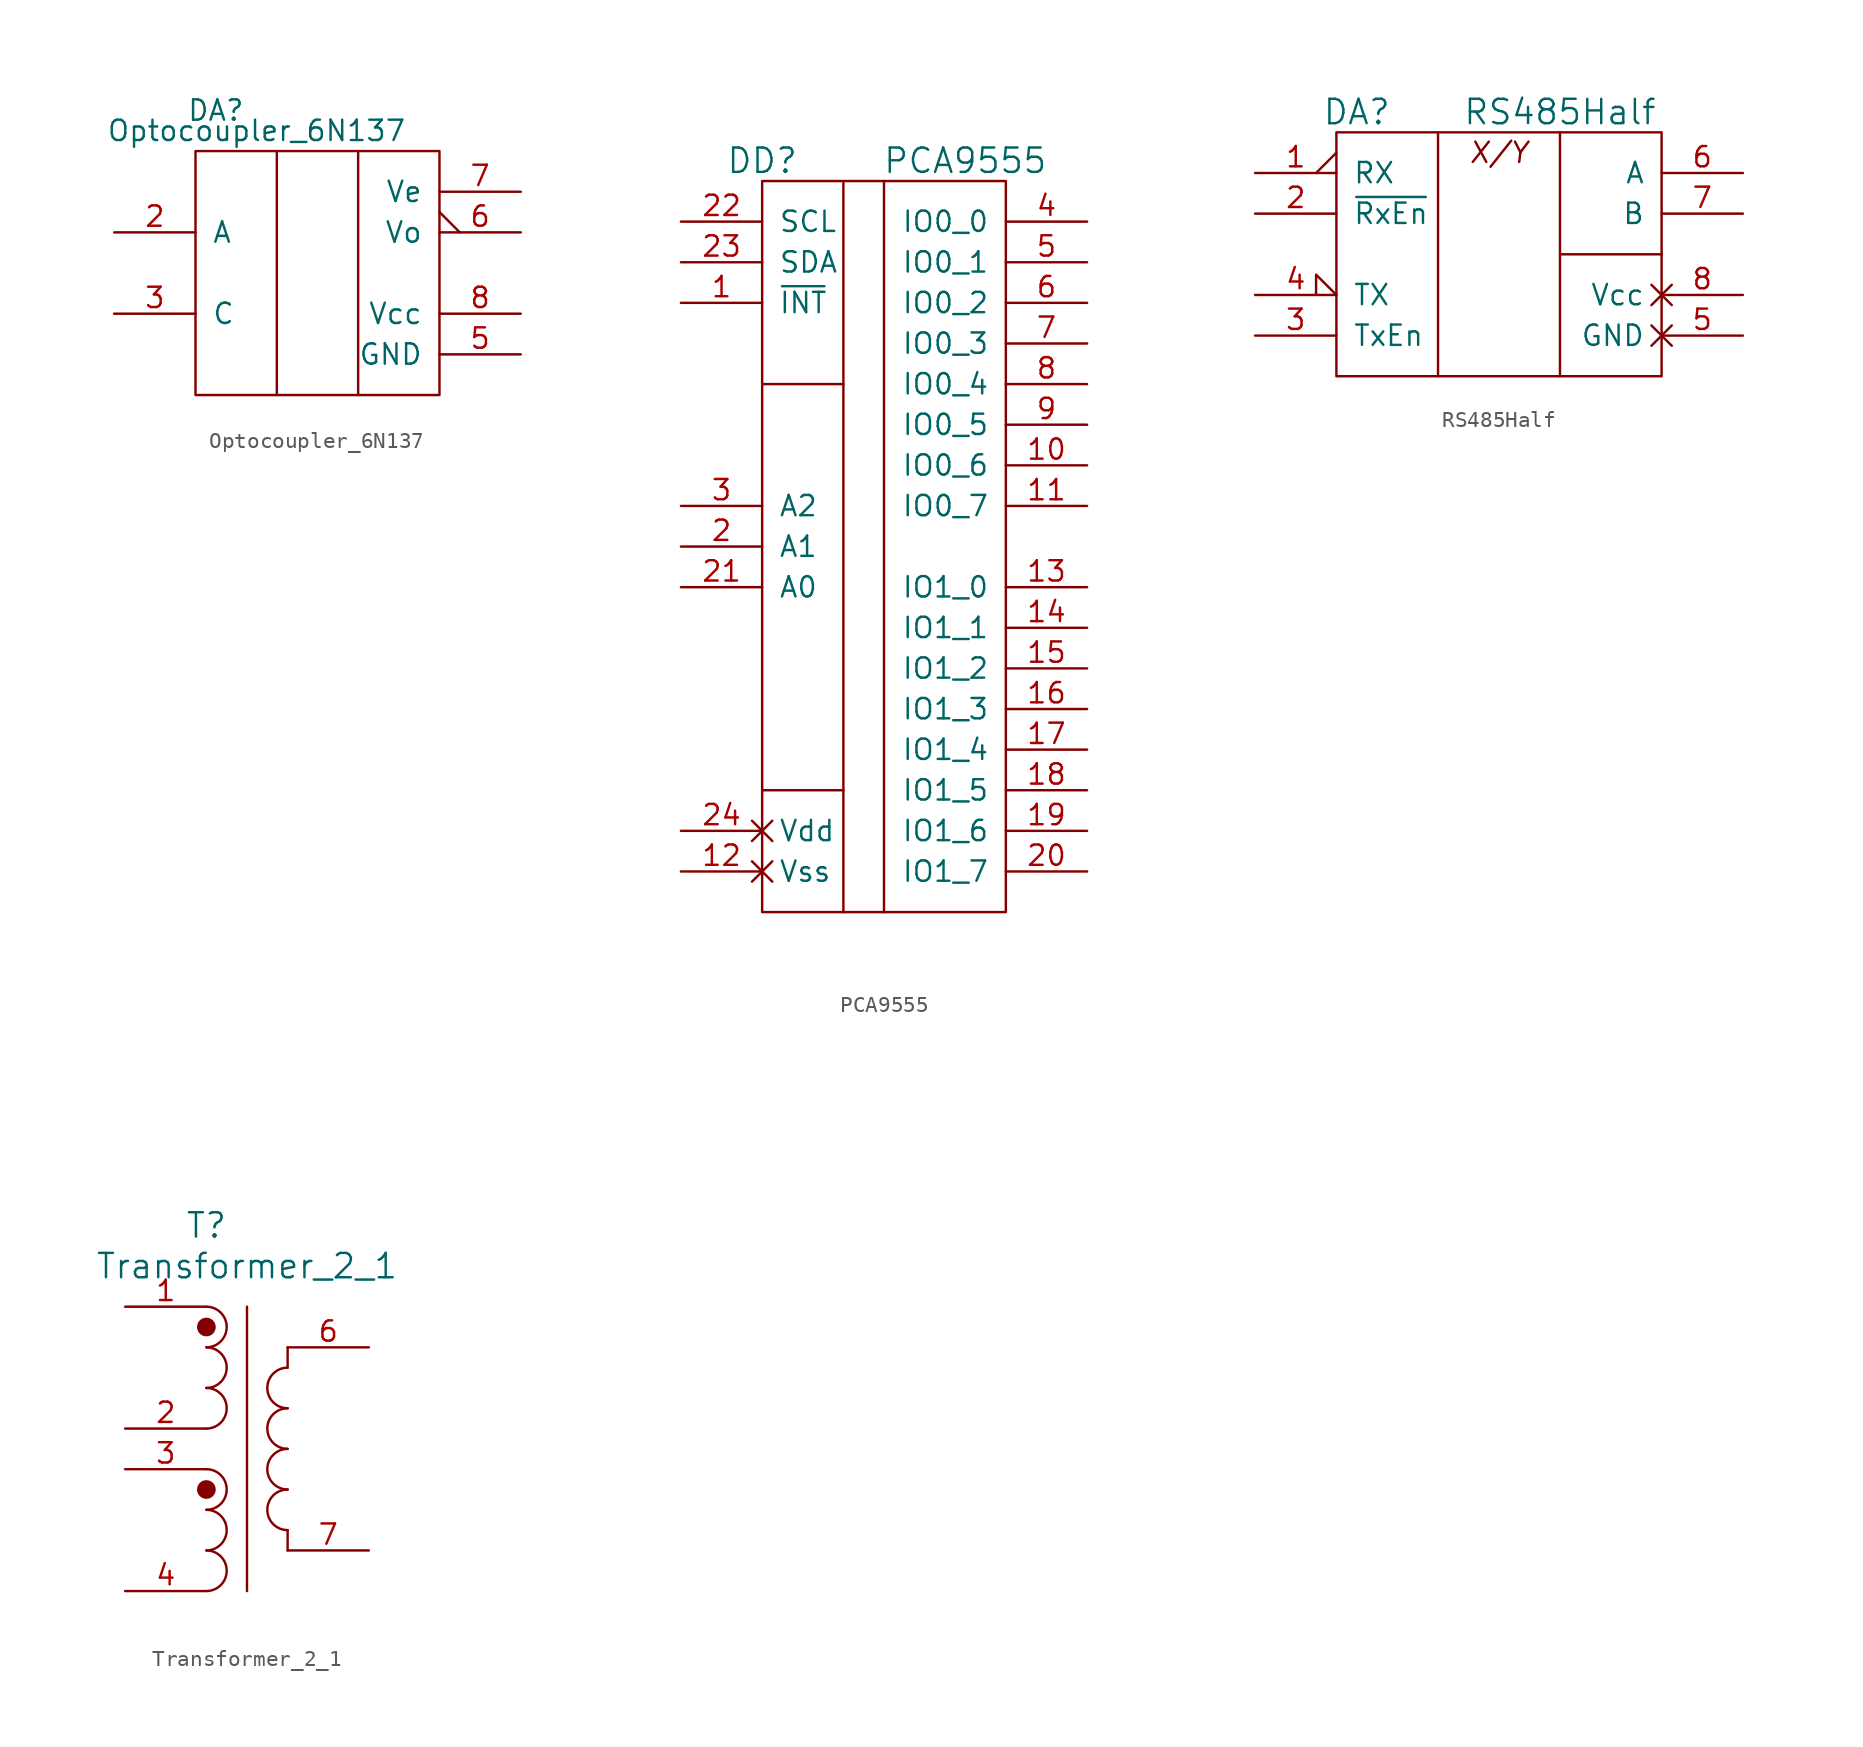
<source format=kicad_sym>
(kicad_symbol_lib
  (version 20231120)
  (generator "kicad_symbol_editor")
  (generator_version "8.0")
  (symbol "Optocoupler_6N137"
    (pin_names
      (offset 1.016))
    (property "Reference" "DA"
      (at -6.35 10.16 0)
      (effects (font (size 1.27 1.27))))
    (property "Value" "Optocoupler_6N137"
      (at -3.81 8.89 0)
      (effects (font (size 1.27 1.27))))
    (symbol "Optocoupler_6N137_0_1"
      (polyline (pts (xy -2.54 7.62) (xy -2.54 -7.62)) (stroke (width 0) (type default)) (fill (type none)))
      (polyline (pts (xy 2.54 7.62) (xy 2.54 -7.62)) (stroke (width 0) (type default)) (fill (type none)))
      (rectangle (start 7.62 7.62) (end -7.62 -7.62) (stroke (width 0) (type default)) (fill (type none))))
    (symbol "Optocoupler_6N137_1_1"
      (pin passive line (at -12.7 2.54 0) (length 5.08) (name "A" (effects (font (size 1.27 1.27)))) (number "2" (effects (font (size 1.27 1.27)))))
      (pin passive line (at -12.7 -2.54 0) (length 5.08) (name "C" (effects (font (size 1.27 1.27)))) (number "3" (effects (font (size 1.27 1.27)))))
      (pin power_in line (at 12.7 -5.08 180) (length 5.08) (name "GND" (effects (font (size 1.27 1.27)))) (number "5" (effects (font (size 1.27 1.27)))))
      (pin passive output_low (at 12.7 2.54 180) (length 5.08) (name "Vo" (effects (font (size 1.27 1.27)))) (number "6" (effects (font (size 1.27 1.27)))))
      (pin passive line (at 12.7 5.08 180) (length 5.08) (name "Ve" (effects (font (size 1.27 1.27)))) (number "7" (effects (font (size 1.27 1.27)))))
      (pin power_in line (at 12.7 -2.54 180) (length 5.08) (name "Vcc" (effects (font (size 1.27 1.27)))) (number "8" (effects (font (size 1.27 1.27)))))))
  (symbol "PCA9555"
    (pin_names
      (offset 1.016))
    (property "Reference" "DD"
      (at -6.35 24.13 0)
      (effects (font (size 1.524 1.524))))
    (property "Value" "PCA9555"
      (at 6.35 24.13 0)
      (effects (font (size 1.524 1.524))))
    (property "Footprint" ""
      (at 0 0 0)
      (effects (font (size 1.524 1.524))))
    (property "Datasheet" ""
      (at 0 0 0)
      (effects (font (size 1.524 1.524))))
    (symbol "PCA9555_0_1"
      (polyline (pts (xy -6.35 -15.24) (xy -1.27 -15.24)) (stroke (width 0) (type default)) (fill (type none)))
      (polyline (pts (xy -6.35 10.16) (xy -1.27 10.16)) (stroke (width 0) (type default)) (fill (type none)))
      (polyline (pts (xy -1.27 22.86) (xy -1.27 -22.86)) (stroke (width 0) (type default)) (fill (type none)))
      (polyline (pts (xy 1.27 22.86) (xy 1.27 -22.86)) (stroke (width 0) (type default)) (fill (type none)))
      (rectangle (start 8.89 22.86) (end -6.35 -22.86) (stroke (width 0) (type default)) (fill (type none))))
    (symbol "PCA9555_1_1"
      (pin passive line (at -11.43 15.24 0) (length 5.08) (name "~{INT}" (effects (font (size 1.27 1.27)))) (number "1" (effects (font (size 1.27 1.27)))))
      (pin passive line (at 13.97 5.08 180) (length 5.08) (name "IO0_6" (effects (font (size 1.27 1.27)))) (number "10" (effects (font (size 1.27 1.27)))))
      (pin passive line (at 13.97 2.54 180) (length 5.08) (name "IO0_7" (effects (font (size 1.27 1.27)))) (number "11" (effects (font (size 1.27 1.27)))))
      (pin power_in non_logic (at -11.43 -20.32 0) (length 5.08) (name "Vss" (effects (font (size 1.27 1.27)))) (number "12" (effects (font (size 1.27 1.27)))))
      (pin passive line (at 13.97 -2.54 180) (length 5.08) (name "IO1_0" (effects (font (size 1.27 1.27)))) (number "13" (effects (font (size 1.27 1.27)))))
      (pin passive line (at 13.97 -5.08 180) (length 5.08) (name "IO1_1" (effects (font (size 1.27 1.27)))) (number "14" (effects (font (size 1.27 1.27)))))
      (pin passive line (at 13.97 -7.62 180) (length 5.08) (name "IO1_2" (effects (font (size 1.27 1.27)))) (number "15" (effects (font (size 1.27 1.27)))))
      (pin passive line (at 13.97 -10.16 180) (length 5.08) (name "IO1_3" (effects (font (size 1.27 1.27)))) (number "16" (effects (font (size 1.27 1.27)))))
      (pin passive line (at 13.97 -12.7 180) (length 5.08) (name "IO1_4" (effects (font (size 1.27 1.27)))) (number "17" (effects (font (size 1.27 1.27)))))
      (pin passive line (at 13.97 -15.24 180) (length 5.08) (name "IO1_5" (effects (font (size 1.27 1.27)))) (number "18" (effects (font (size 1.27 1.27)))))
      (pin passive line (at 13.97 -17.78 180) (length 5.08) (name "IO1_6" (effects (font (size 1.27 1.27)))) (number "19" (effects (font (size 1.27 1.27)))))
      (pin passive line (at -11.43 0 0) (length 5.08) (name "A1" (effects (font (size 1.27 1.27)))) (number "2" (effects (font (size 1.27 1.27)))))
      (pin passive line (at 13.97 -20.32 180) (length 5.08) (name "IO1_7" (effects (font (size 1.27 1.27)))) (number "20" (effects (font (size 1.27 1.27)))))
      (pin passive line (at -11.43 -2.54 0) (length 5.08) (name "A0" (effects (font (size 1.27 1.27)))) (number "21" (effects (font (size 1.27 1.27)))))
      (pin passive line (at -11.43 20.32 0) (length 5.08) (name "SCL" (effects (font (size 1.27 1.27)))) (number "22" (effects (font (size 1.27 1.27)))))
      (pin passive line (at -11.43 17.78 0) (length 5.08) (name "SDA" (effects (font (size 1.27 1.27)))) (number "23" (effects (font (size 1.27 1.27)))))
      (pin power_in non_logic (at -11.43 -17.78 0) (length 5.08) (name "Vdd" (effects (font (size 1.27 1.27)))) (number "24" (effects (font (size 1.27 1.27)))))
      (pin passive line (at -11.43 2.54 0) (length 5.08) (name "A2" (effects (font (size 1.27 1.27)))) (number "3" (effects (font (size 1.27 1.27)))))
      (pin passive line (at 13.97 20.32 180) (length 5.08) (name "IO0_0" (effects (font (size 1.27 1.27)))) (number "4" (effects (font (size 1.27 1.27)))))
      (pin passive line (at 13.97 17.78 180) (length 5.08) (name "IO0_1" (effects (font (size 1.27 1.27)))) (number "5" (effects (font (size 1.27 1.27)))))
      (pin passive line (at 13.97 15.24 180) (length 5.08) (name "IO0_2" (effects (font (size 1.27 1.27)))) (number "6" (effects (font (size 1.27 1.27)))))
      (pin passive line (at 13.97 12.7 180) (length 5.08) (name "IO0_3" (effects (font (size 1.27 1.27)))) (number "7" (effects (font (size 1.27 1.27)))))
      (pin passive line (at 13.97 10.16 180) (length 5.08) (name "IO0_4" (effects (font (size 1.27 1.27)))) (number "8" (effects (font (size 1.27 1.27)))))
      (pin passive line (at 13.97 7.62 180) (length 5.08) (name "IO0_5" (effects (font (size 1.27 1.27)))) (number "9" (effects (font (size 1.27 1.27)))))))
  (symbol "RS485Half"
    (pin_names
      (offset 1.016))
    (property "Reference" "DA"
      (at -7.62 8.89 0)
      (effects (font (size 1.524 1.524))))
    (property "Value" "RS485Half"
      (at 5.08 8.89 0)
      (effects (font (size 1.524 1.524))))
    (property "Footprint" ""
      (at 0 0 0)
      (effects (font (size 1.524 1.524))))
    (property "Datasheet" ""
      (at 0 0 0)
      (effects (font (size 1.524 1.524))))
    (symbol "RS485Half_0_0"
      (text "X/Y" (at 1.27 6.35 0) (effects (font (size 1.27 1.27) (italic yes)))))
    (symbol "RS485Half_0_1"
      (rectangle (start -8.89 7.62) (end 11.43 -7.62) (stroke (width 0) (type default)) (fill (type none)))
      (polyline (pts (xy -2.54 7.62) (xy -2.54 -7.62)) (stroke (width 0) (type default)) (fill (type none)))
      (polyline (pts (xy 5.08 -7.62) (xy 5.08 7.62)) (stroke (width 0) (type default)) (fill (type none)))
      (polyline (pts (xy 5.08 0) (xy 11.43 0)) (stroke (width 0) (type default)) (fill (type none))))
    (symbol "RS485Half_1_1"
      (pin passive output_low (at -13.97 5.08 0) (length 5.08) (name "RX" (effects (font (size 1.27 1.27)))) (number "1" (effects (font (size 1.27 1.27)))))
      (pin passive line (at -13.97 2.54 0) (length 5.08) (name "~{RxEn}" (effects (font (size 1.27 1.27)))) (number "2" (effects (font (size 1.27 1.27)))))
      (pin passive line (at -13.97 -5.08 0) (length 5.08) (name "TxEn" (effects (font (size 1.27 1.27)))) (number "3" (effects (font (size 1.27 1.27)))))
      (pin passive input_low (at -13.97 -2.54 0) (length 5.08) (name "TX" (effects (font (size 1.27 1.27)))) (number "4" (effects (font (size 1.27 1.27)))))
      (pin power_in non_logic (at 16.51 -5.08 180) (length 5.08) (name "GND" (effects (font (size 1.27 1.27)))) (number "5" (effects (font (size 1.27 1.27)))))
      (pin passive line (at 16.51 5.08 180) (length 5.08) (name "A" (effects (font (size 1.27 1.27)))) (number "6" (effects (font (size 1.27 1.27)))))
      (pin passive line (at 16.51 2.54 180) (length 5.08) (name "B" (effects (font (size 1.27 1.27)))) (number "7" (effects (font (size 1.27 1.27)))))
      (pin power_in non_logic (at 16.51 -2.54 180) (length 5.08) (name "Vcc" (effects (font (size 1.27 1.27)))) (number "8" (effects (font (size 1.27 1.27)))))))
  (symbol "Transformer_2_1"
    (pin_names
      (offset 1.016))
    (property "Reference" "T"
      (at -2.54 13.97 0)
      (effects (font (size 1.524 1.524))))
    (property "Value" "Transformer_2_1"
      (at 0 11.43 0)
      (effects (font (size 1.524 1.524))))
    (property "Footprint" ""
      (at 0 19.05 0)
      (effects (font (size 1.524 1.524))))
    (property "Datasheet" ""
      (at 0 19.05 0)
      (effects (font (size 1.524 1.524))))
    (symbol "Transformer_2_1_0_0"
      (pin passive line (at -7.62 8.89 0) (length 5.08) (name "~" (effects (font (size 1.27 1.27)))) (number "1" (effects (font (size 1.27 1.27)))))
      (pin passive line (at -7.62 1.27 0) (length 5.08) (name "~" (effects (font (size 1.27 1.27)))) (number "2" (effects (font (size 1.27 1.27)))))
      (pin passive line (at -7.62 -1.27 0) (length 5.08) (name "~" (effects (font (size 1.27 1.27)))) (number "3" (effects (font (size 1.27 1.27)))))
      (pin passive line (at -7.62 -8.89 0) (length 5.08) (name "~" (effects (font (size 1.27 1.27)))) (number "4" (effects (font (size 1.27 1.27)))))
      (pin passive line (at 7.62 6.35 180) (length 5.08) (name "~" (effects (font (size 1.27 1.27)))) (number "6" (effects (font (size 1.27 1.27)))))
      (pin passive line (at 7.62 -6.35 180) (length 5.08) (name "~" (effects (font (size 1.27 1.27)))) (number "7" (effects (font (size 1.27 1.27))))))
    (symbol "Transformer_2_1_0_1"
      (arc (start -2.54 -8.89) (mid -1.2755 -7.62) (end -2.54 -6.35) (stroke (width 0) (type default)) (fill (type none)))
      (arc (start -2.54 -6.35) (mid -1.2755 -5.08) (end -2.54 -3.81) (stroke (width 0) (type default)) (fill (type none)))
      (arc (start -2.54 -3.81) (mid -1.2755 -2.54) (end -2.54 -1.27) (stroke (width 0) (type default)) (fill (type none)))
      (circle (center -2.54 -2.54) (radius 0.508) (stroke (width 0) (type default)) (fill (type outline)))
      (arc (start -2.54 1.27) (mid -1.2755 2.54) (end -2.54 3.81) (stroke (width 0) (type default)) (fill (type none)))
      (arc (start -2.54 3.81) (mid -1.2755 5.08) (end -2.54 6.35) (stroke (width 0) (type default)) (fill (type none)))
      (arc (start -2.54 6.35) (mid -1.2755 7.62) (end -2.54 8.89) (stroke (width 0) (type default)) (fill (type none)))
      (circle (center -2.54 7.62) (radius 0.508) (stroke (width 0) (type default)) (fill (type outline)))
      (polyline (pts (xy 0 8.89) (xy 0 -8.89)) (stroke (width 0) (type default)) (fill (type none)))
      (polyline (pts (xy 2.54 -5.08) (xy 2.54 -6.35)) (stroke (width 0) (type default)) (fill (type none)))
      (polyline (pts (xy 2.54 6.35) (xy 2.54 5.08)) (stroke (width 0) (type default)) (fill (type none)))
      (arc (start 2.54 -2.54) (mid 1.2755 -3.81) (end 2.54 -5.08) (stroke (width 0) (type default)) (fill (type none)))
      (arc (start 2.54 0) (mid 1.2755 -1.27) (end 2.54 -2.54) (stroke (width 0) (type default)) (fill (type none)))
      (arc (start 2.54 2.54) (mid 1.2755 1.27) (end 2.54 0) (stroke (width 0) (type default)) (fill (type none)))
      (arc (start 2.54 5.08) (mid 1.2755 3.81) (end 2.54 2.54) (stroke (width 0) (type default)) (fill (type none))))))
</source>
